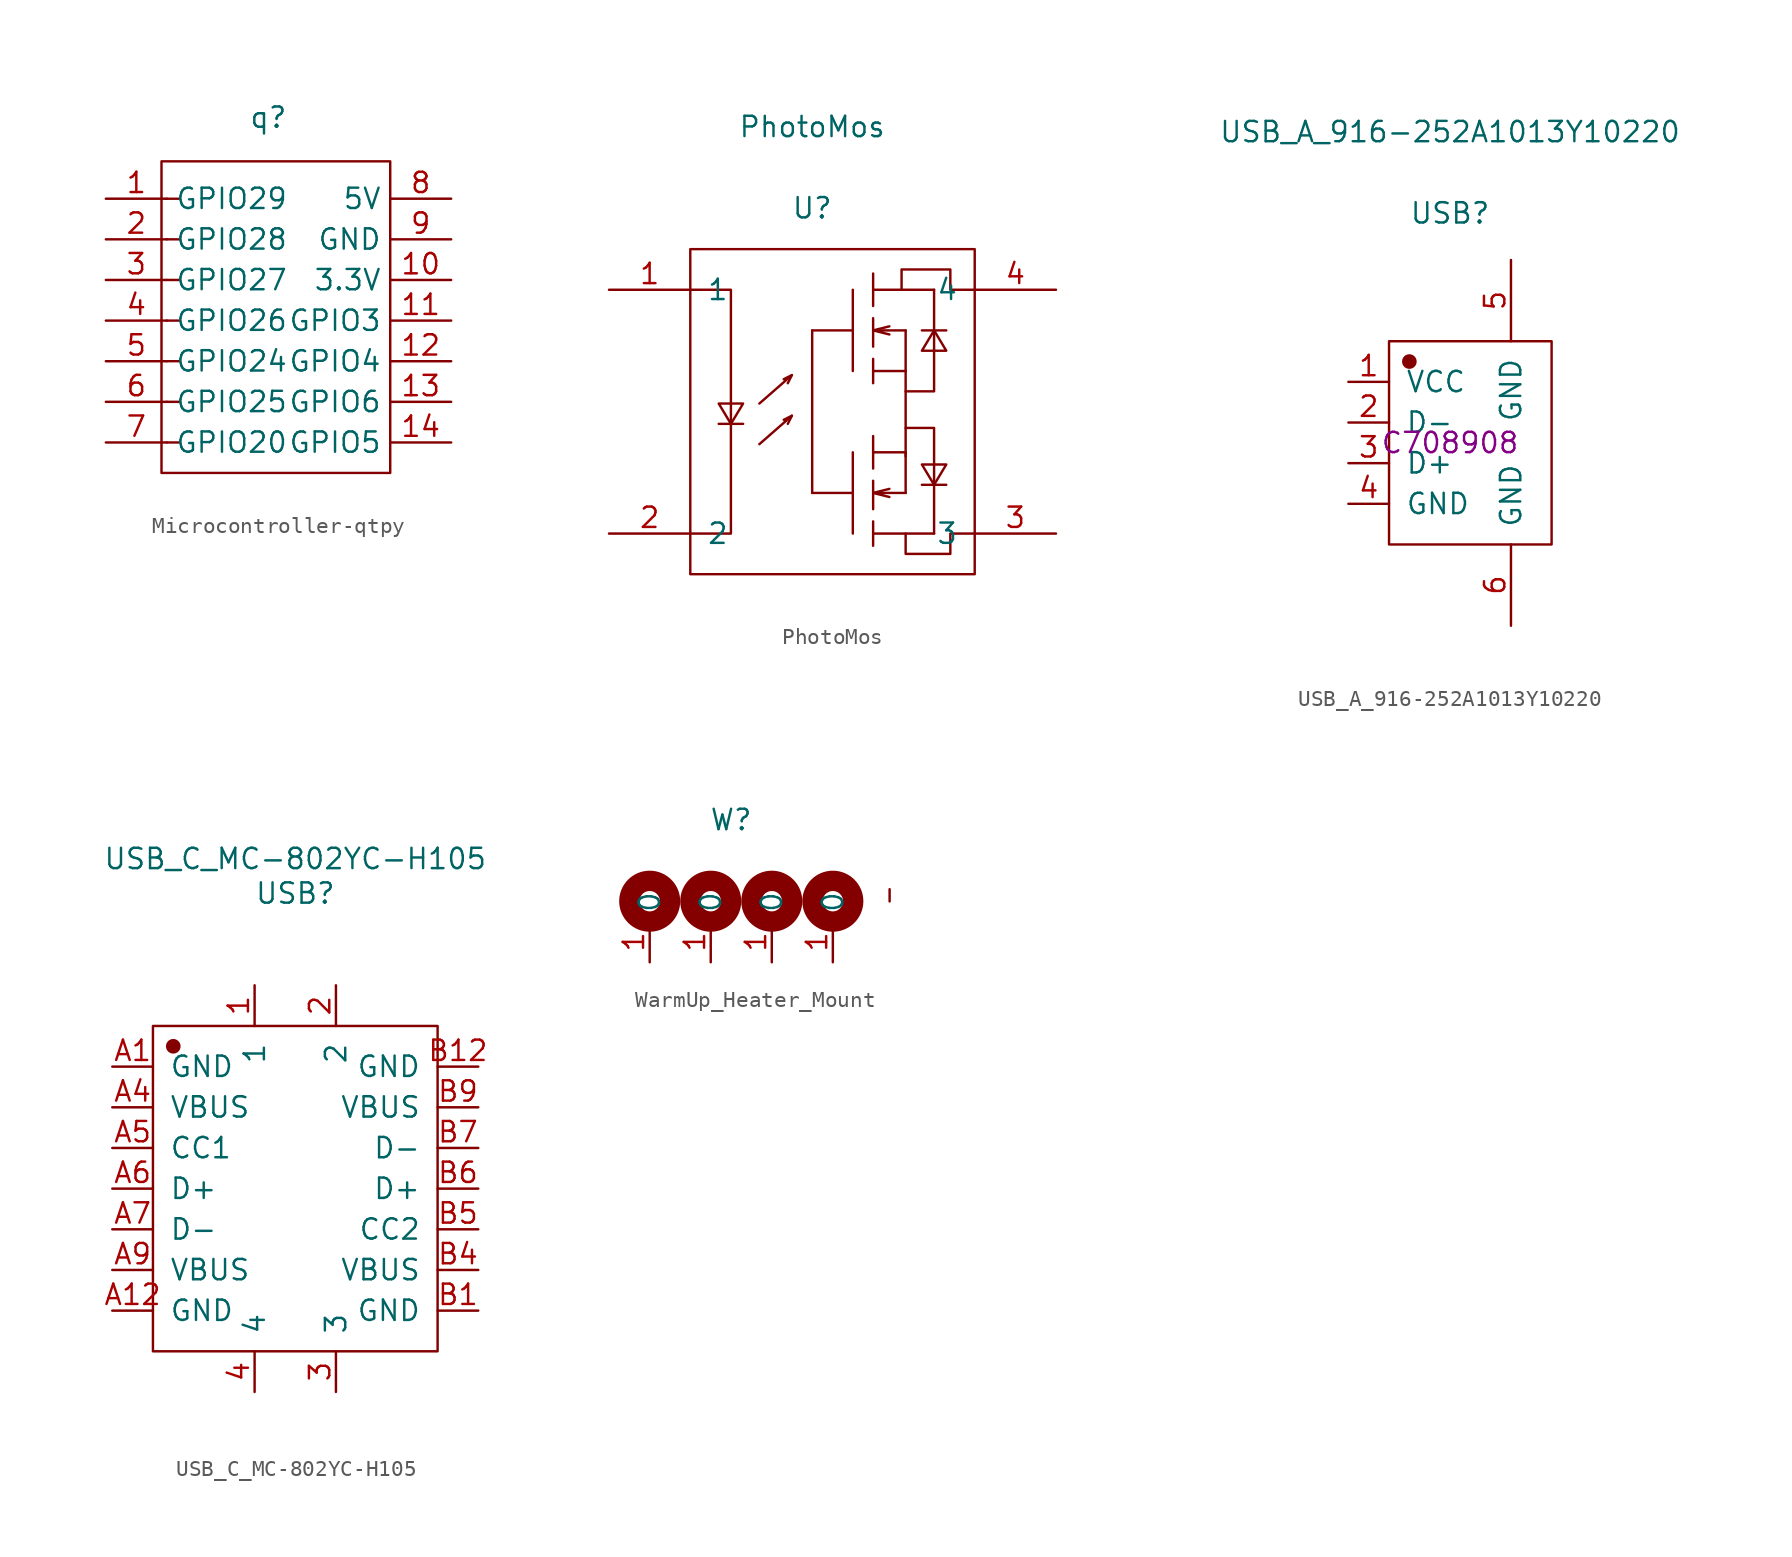
<source format=kicad_sym>
(kicad_symbol_lib
  (version 20231120)
  (generator "kicad_symbol_editor")
  (generator_version "8.0")
  (symbol "Microcontroller-qtpy"
    (property "Reference" "q"
      (at 7.62 2.54 0)
      (effects (font (size 1.27 1.27))))
    (property "Value" ""
      (at 7.62 2.54 0)
      (effects (font (size 1.27 1.27))))
    (symbol "Microcontroller-qtpy_0_1"
      (rectangle (start 0.94 -0.203) (end 15.24 -19.685) (stroke (width 0) (type default)) (fill (type none))))
    (symbol "Microcontroller-qtpy_1_1"
      (polyline (pts (xy 1.27 -17.78) (xy 2.032 -17.78)) (stroke (width 0.152) (type default)) (fill (type none)))
      (polyline (pts (xy 1.27 -15.24) (xy 2.032 -15.24)) (stroke (width 0.152) (type default)) (fill (type none)))
      (polyline (pts (xy 1.27 -12.7) (xy 2.032 -12.7)) (stroke (width 0.152) (type default)) (fill (type none)))
      (polyline (pts (xy 1.27 -10.16) (xy 2.032 -10.16)) (stroke (width 0.152) (type default)) (fill (type none)))
      (polyline (pts (xy 1.27 -7.62) (xy 2.032 -7.62)) (stroke (width 0.152) (type default)) (fill (type none)))
      (polyline (pts (xy 1.27 -5.08) (xy 2.032 -5.08)) (stroke (width 0.152) (type default)) (fill (type none)))
      (polyline (pts (xy 1.27 -2.54) (xy 2.032 -2.54)) (stroke (width 0.152) (type default)) (fill (type none)))
      (pin passive line (at -2.54 -2.54 0) (length 3.81) (name "GPIO29" (effects (font (size 1.27 1.27)))) (number "1" (effects (font (size 1.27 1.27)))))
      (pin passive line (at 19.05 -7.62 180) (length 3.81) (name "3.3V" (effects (font (size 1.27 1.27)))) (number "10" (effects (font (size 1.27 1.27)))))
      (pin passive line (at 19.05 -10.16 180) (length 3.81) (name "GPIO3" (effects (font (size 1.27 1.27)))) (number "11" (effects (font (size 1.27 1.27)))))
      (pin passive line (at 19.05 -12.7 180) (length 3.81) (name "GPIO4" (effects (font (size 1.27 1.27)))) (number "12" (effects (font (size 1.27 1.27)))))
      (pin passive line (at 19.05 -15.24 180) (length 3.81) (name "GPIO6" (effects (font (size 1.27 1.27)))) (number "13" (effects (font (size 1.27 1.27)))))
      (pin passive line (at 19.05 -17.78 180) (length 3.81) (name "GPIO5" (effects (font (size 1.27 1.27)))) (number "14" (effects (font (size 1.27 1.27)))))
      (pin passive line (at -2.54 -5.08 0) (length 3.81) (name "GPIO28" (effects (font (size 1.27 1.27)))) (number "2" (effects (font (size 1.27 1.27)))))
      (pin passive line (at -2.54 -7.62 0) (length 3.81) (name "GPIO27" (effects (font (size 1.27 1.27)))) (number "3" (effects (font (size 1.27 1.27)))))
      (pin passive line (at -2.54 -10.16 0) (length 3.81) (name "GPIO26" (effects (font (size 1.27 1.27)))) (number "4" (effects (font (size 1.27 1.27)))))
      (pin passive line (at -2.54 -12.7 0) (length 3.81) (name "GPIO24" (effects (font (size 1.27 1.27)))) (number "5" (effects (font (size 1.27 1.27)))))
      (pin passive line (at -2.54 -15.24 0) (length 3.81) (name "GPIO25" (effects (font (size 1.27 1.27)))) (number "6" (effects (font (size 1.27 1.27)))))
      (pin passive line (at -2.54 -17.78 0) (length 3.81) (name "GPIO20" (effects (font (size 1.27 1.27)))) (number "7" (effects (font (size 1.27 1.27)))))
      (pin passive line (at 19.05 -2.54 180) (length 3.81) (name "5V" (effects (font (size 1.27 1.27)))) (number "8" (effects (font (size 1.27 1.27)))))
      (pin passive line (at 19.05 -5.08 180) (length 3.81) (name "GND" (effects (font (size 1.27 1.27)))) (number "9" (effects (font (size 1.27 1.27)))))))
  (symbol "PhotoMos"
    (pin_names
      (offset 1.016))
    (property "Reference" "U"
      (at 0 12.725 0)
      (effects (font (size 1.27 1.27))))
    (property "Value" "PhotoMos"
      (at 0 17.805 0)
      (effects (font (size 1.27 1.27))))
    (symbol "PhotoMos_1_1"
      (rectangle (start -7.62 10.16) (end 10.16 -10.16) (stroke (width 0.152) (type solid)) (fill (type none)))
      (polyline (pts (xy -5.842 -0.762) (xy -4.318 -0.762)) (stroke (width 0.152) (type solid)) (fill (type none)))
      (polyline (pts (xy -1.27 -0.254) (xy -1.524 -0.762)) (stroke (width 0.152) (type solid)) (fill (type none)))
      (polyline (pts (xy -1.27 2.286) (xy -1.524 1.778)) (stroke (width 0.152) (type solid)) (fill (type none)))
      (polyline (pts (xy 0 5.08) (xy 0 -5.08)) (stroke (width 0.152) (type solid)) (fill (type none)))
      (polyline (pts (xy 2.54 -5.08) (xy 0 -5.08)) (stroke (width 0.152) (type solid)) (fill (type none)))
      (polyline (pts (xy 2.54 -2.54) (xy 2.54 -7.62)) (stroke (width 0.152) (type solid)) (fill (type none)))
      (polyline (pts (xy 2.54 5.08) (xy 0 5.08)) (stroke (width 0.152) (type solid)) (fill (type none)))
      (polyline (pts (xy 2.54 7.62) (xy 2.54 2.54)) (stroke (width 0.152) (type solid)) (fill (type none)))
      (polyline (pts (xy 3.81 -7.62) (xy 7.62 -7.62)) (stroke (width 0.152) (type solid)) (fill (type none)))
      (polyline (pts (xy 3.81 -6.858) (xy 3.81 -8.382)) (stroke (width 0.152) (type solid)) (fill (type none)))
      (polyline (pts (xy 3.81 -5.08) (xy 4.826 -4.826)) (stroke (width 0.152) (type solid)) (fill (type none)))
      (polyline (pts (xy 3.81 -4.318) (xy 3.81 -6.096)) (stroke (width 0.152) (type solid)) (fill (type none)))
      (polyline (pts (xy 3.81 -2.54) (xy 5.842 -2.54)) (stroke (width 0.152) (type solid)) (fill (type none)))
      (polyline (pts (xy 3.81 -1.524) (xy 3.81 -3.556)) (stroke (width 0.152) (type solid)) (fill (type none)))
      (polyline (pts (xy 3.81 2.54) (xy 5.842 2.54)) (stroke (width 0.152) (type solid)) (fill (type none)))
      (polyline (pts (xy 3.81 3.302) (xy 3.81 1.778)) (stroke (width 0.152) (type solid)) (fill (type none)))
      (polyline (pts (xy 3.81 5.08) (xy 4.826 5.334)) (stroke (width 0.152) (type solid)) (fill (type none)))
      (polyline (pts (xy 3.81 5.842) (xy 3.81 4.064)) (stroke (width 0.152) (type solid)) (fill (type none)))
      (polyline (pts (xy 3.81 7.62) (xy 7.62 7.62)) (stroke (width 0.152) (type solid)) (fill (type none)))
      (polyline (pts (xy 3.81 8.636) (xy 3.81 6.604)) (stroke (width 0.152) (type solid)) (fill (type none)))
      (polyline (pts (xy 5.842 -2.54) (xy 5.842 -5.08)) (stroke (width 0.152) (type solid)) (fill (type none)))
      (polyline (pts (xy 5.842 2.54) (xy 5.842 -2.794)) (stroke (width 0.152) (type solid)) (fill (type none)))
      (polyline (pts (xy 5.842 5.08) (xy 5.842 2.54)) (stroke (width 0.152) (type solid)) (fill (type none)))
      (polyline (pts (xy 6.858 -4.572) (xy 8.382 -4.572)) (stroke (width 0.152) (type solid)) (fill (type none)))
      (polyline (pts (xy 8.382 5.08) (xy 6.858 5.08)) (stroke (width 0.152) (type solid)) (fill (type none)))
      (polyline (pts (xy -3.302 -2.032) (xy -1.27 -0.254) (xy -1.778 -0.508)) (stroke (width 0.152) (type solid)) (fill (type none)))
      (polyline (pts (xy -3.302 0.508) (xy -1.27 2.286) (xy -1.778 2.032)) (stroke (width 0.152) (type solid)) (fill (type none)))
      (polyline (pts (xy 5.842 -5.08) (xy 3.81 -5.08) (xy 4.826 -5.334)) (stroke (width 0.152) (type solid)) (fill (type none)))
      (polyline (pts (xy 5.842 -1.016) (xy 7.62 -1.016) (xy 7.62 -7.62)) (stroke (width 0.152) (type solid)) (fill (type none)))
      (polyline (pts (xy 5.842 1.27) (xy 7.62 1.27) (xy 7.62 7.62)) (stroke (width 0.152) (type solid)) (fill (type none)))
      (polyline (pts (xy 5.842 5.08) (xy 3.81 5.08) (xy 4.826 4.826)) (stroke (width 0.152) (type solid)) (fill (type none)))
      (polyline (pts (xy -7.62 7.62) (xy -5.08 7.62) (xy -5.08 -7.62) (xy -7.62 -7.62)) (stroke (width 0.152) (type solid)) (fill (type none)))
      (polyline (pts (xy -5.842 0.508) (xy -4.318 0.508) (xy -5.08 -0.762) (xy -5.842 0.508)) (stroke (width 0.152) (type solid)) (fill (type none)))
      (polyline (pts (xy 6.858 -3.302) (xy 8.382 -3.302) (xy 7.62 -4.572) (xy 6.858 -3.302)) (stroke (width 0.152) (type solid)) (fill (type none)))
      (polyline (pts (xy 8.382 3.81) (xy 6.858 3.81) (xy 7.62 5.08) (xy 8.382 3.81)) (stroke (width 0.152) (type solid)) (fill (type none)))
      (polyline (pts (xy 5.588 7.62) (xy 5.588 8.89) (xy 8.636 8.89) (xy 8.636 7.62) (xy 10.16 7.62)) (stroke (width 0.152) (type solid)) (fill (type none)))
      (polyline (pts (xy 5.842 -7.62) (xy 5.842 -8.89) (xy 8.636 -8.89) (xy 8.636 -7.62) (xy 10.16 -7.62)) (stroke (width 0.152) (type solid)) (fill (type none)))
      (pin input line (at -12.7 7.62 0) (length 5.08) (name "1" (effects (font (size 1.27 1.27)))) (number "1" (effects (font (size 1.27 1.27)))))
      (pin input line (at -12.7 -7.62 0) (length 5.08) (name "2" (effects (font (size 1.27 1.27)))) (number "2" (effects (font (size 1.27 1.27)))))
      (pin input line (at 15.24 -7.62 180) (length 5.08) (name "3" (effects (font (size 1.27 1.27)))) (number "3" (effects (font (size 1.27 1.27)))))
      (pin input line (at 15.24 7.62 180) (length 5.08) (name "4" (effects (font (size 1.27 1.27)))) (number "4" (effects (font (size 1.27 1.27)))))))
  (symbol "USB_A_916-252A1013Y10220"
    (pin_names
      (offset 1.016))
    (property "Reference" "USB"
      (at 0 14.351 0)
      (effects (font (size 1.27 1.27))))
    (property "Value" "USB_A_916-252A1013Y10220"
      (at 0 19.431 0)
      (effects (font (size 1.27 1.27))))
    (property "LCSC" "C708908"
      (at 0 0 0)
      (effects (font (size 1.27 1.27))))
    (symbol "USB_A_916-252A1013Y10220_1_1"
      (rectangle (start -3.81 6.35) (end 6.35 -6.35) (stroke (width 0.152) (type solid)) (fill (type none)))
      (circle (center -2.54 5.08) (radius 0.381) (stroke (width 0.152) (type solid)) (fill (type outline)))
      (pin input line (at -6.35 3.81 0) (length 2.54) (name "VCC" (effects (font (size 1.27 1.27)))) (number "1" (effects (font (size 1.27 1.27)))))
      (pin input line (at -6.35 1.27 0) (length 2.54) (name "D-" (effects (font (size 1.27 1.27)))) (number "2" (effects (font (size 1.27 1.27)))))
      (pin input line (at -6.35 -1.27 0) (length 2.54) (name "D+" (effects (font (size 1.27 1.27)))) (number "3" (effects (font (size 1.27 1.27)))))
      (pin input line (at -6.35 -3.81 0) (length 2.54) (name "GND" (effects (font (size 1.27 1.27)))) (number "4" (effects (font (size 1.27 1.27)))))
      (pin input line (at 3.81 11.43 270) (length 5.08) (name "GND" (effects (font (size 1.27 1.27)))) (number "5" (effects (font (size 1.27 1.27)))))
      (pin input line (at 3.81 -11.43 90) (length 5.08) (name "GND" (effects (font (size 1.27 1.27)))) (number "6" (effects (font (size 1.27 1.27)))))))
  (symbol "USB_C_MC-802YC-H105"
    (pin_names
      (offset 1.016))
    (property "Reference" "USB"
      (at 0 18.44 0)
      (effects (font (size 1.27 1.27))))
    (property "Value" "USB_C_MC-802YC-H105"
      (at 0 20.599 0)
      (effects (font (size 1.27 1.27))))
    (symbol "USB_C_MC-802YC-H105_1_1"
      (rectangle (start -8.89 10.16) (end 8.89 -10.16) (stroke (width 0.152) (type solid)) (fill (type none)))
      (circle (center -7.62 8.89) (radius 0.381) (stroke (width 0.152) (type solid)) (fill (type outline)))
      (pin input line (at -2.54 12.7 270) (length 2.54) (name "1" (effects (font (size 1.27 1.27)))) (number "1" (effects (font (size 1.27 1.27)))))
      (pin input line (at 2.54 12.7 270) (length 2.54) (name "2" (effects (font (size 1.27 1.27)))) (number "2" (effects (font (size 1.27 1.27)))))
      (pin input line (at 2.54 -12.7 90) (length 2.54) (name "3" (effects (font (size 1.27 1.27)))) (number "3" (effects (font (size 1.27 1.27)))))
      (pin input line (at -2.54 -12.7 90) (length 2.54) (name "4" (effects (font (size 1.27 1.27)))) (number "4" (effects (font (size 1.27 1.27)))))
      (pin input line (at -11.43 7.62 0) (length 2.54) (name "GND" (effects (font (size 1.27 1.27)))) (number "A1" (effects (font (size 1.27 1.27)))))
      (pin input line (at -11.43 -7.62 0) (length 2.54) (name "GND" (effects (font (size 1.27 1.27)))) (number "A12" (effects (font (size 1.27 1.27)))))
      (pin input line (at -11.43 5.08 0) (length 2.54) (name "VBUS" (effects (font (size 1.27 1.27)))) (number "A4" (effects (font (size 1.27 1.27)))))
      (pin input line (at -11.43 2.54 0) (length 2.54) (name "CC1" (effects (font (size 1.27 1.27)))) (number "A5" (effects (font (size 1.27 1.27)))))
      (pin input line (at -11.43 0 0) (length 2.54) (name "D+" (effects (font (size 1.27 1.27)))) (number "A6" (effects (font (size 1.27 1.27)))))
      (pin input line (at -11.43 -2.54 0) (length 2.54) (name "D-" (effects (font (size 1.27 1.27)))) (number "A7" (effects (font (size 1.27 1.27)))))
      (pin input line (at -11.43 -5.08 0) (length 2.54) (name "VBUS" (effects (font (size 1.27 1.27)))) (number "A9" (effects (font (size 1.27 1.27)))))
      (pin input line (at 11.43 -7.62 180) (length 2.54) (name "GND" (effects (font (size 1.27 1.27)))) (number "B1" (effects (font (size 1.27 1.27)))))
      (pin input line (at 11.43 7.62 180) (length 2.54) (name "GND" (effects (font (size 1.27 1.27)))) (number "B12" (effects (font (size 1.27 1.27)))))
      (pin input line (at 11.43 -5.08 180) (length 2.54) (name "VBUS" (effects (font (size 1.27 1.27)))) (number "B4" (effects (font (size 1.27 1.27)))))
      (pin input line (at 11.43 -2.54 180) (length 2.54) (name "CC2" (effects (font (size 1.27 1.27)))) (number "B5" (effects (font (size 1.27 1.27)))))
      (pin input line (at 11.43 0 180) (length 2.54) (name "D+" (effects (font (size 1.27 1.27)))) (number "B6" (effects (font (size 1.27 1.27)))))
      (pin input line (at 11.43 2.54 180) (length 2.54) (name "D-" (effects (font (size 1.27 1.27)))) (number "B7" (effects (font (size 1.27 1.27)))))
      (pin input line (at 11.43 5.08 180) (length 2.54) (name "VBUS" (effects (font (size 1.27 1.27)))) (number "B9" (effects (font (size 1.27 1.27)))))))
  (symbol "WarmUp_Heater_Mount"
    (property "Reference" "W"
      (at 0 0 0)
      (effects (font (size 1.27 1.27))))
    (property "Value" ""
      (at 0 0 0)
      (effects (font (size 1.27 1.27))))
    (symbol "WarmUp_Heater_Mount_0_0"
      (text "" (at -6.35 -4.445 0) (effects (font (size 1.27 1.27))))
      (text "" (at -2.54 -4.445 0) (effects (font (size 1.27 1.27))))
      (text "" (at 1.27 -4.445 0) (effects (font (size 1.27 1.27))))
      (text "" (at 5.08 -4.445 0) (effects (font (size 1.27 1.27)))))
    (symbol "WarmUp_Heater_Mount_0_1"
      (circle (center -5.08 -5.08) (radius 1.27) (stroke (width 1.27) (type default)) (fill (type none)))
      (circle (center -1.27 -5.08) (radius 1.27) (stroke (width 1.27) (type default)) (fill (type none)))
      (circle (center 2.54 -5.08) (radius 1.27) (stroke (width 1.27) (type default)) (fill (type none)))
      (circle (center 6.35 -5.08) (radius 1.27) (stroke (width 1.27) (type default)) (fill (type none))))
    (symbol "WarmUp_Heater_Mount_1_1"
      (polyline (pts (xy 9.893 -5.093) (xy 9.893 -4.331)) (stroke (width 0.152) (type default)) (fill (type none)))
      (pin input line (at -5.08 -8.89 90) (length 2.54) (name "0" (effects (font (size 1.27 1.27)))) (number "1" (effects (font (size 1.27 1.27)))))
      (pin input line (at -1.27 -8.89 90) (length 2.54) (name "0" (effects (font (size 1.27 1.27)))) (number "1" (effects (font (size 1.27 1.27)))))
      (pin input line (at 2.54 -8.89 90) (length 2.54) (name "0" (effects (font (size 1.27 1.27)))) (number "1" (effects (font (size 1.27 1.27)))))
      (pin input line (at 6.35 -8.89 90) (length 2.54) (name "0" (effects (font (size 1.27 1.27)))) (number "1" (effects (font (size 1.27 1.27))))))))
</source>
